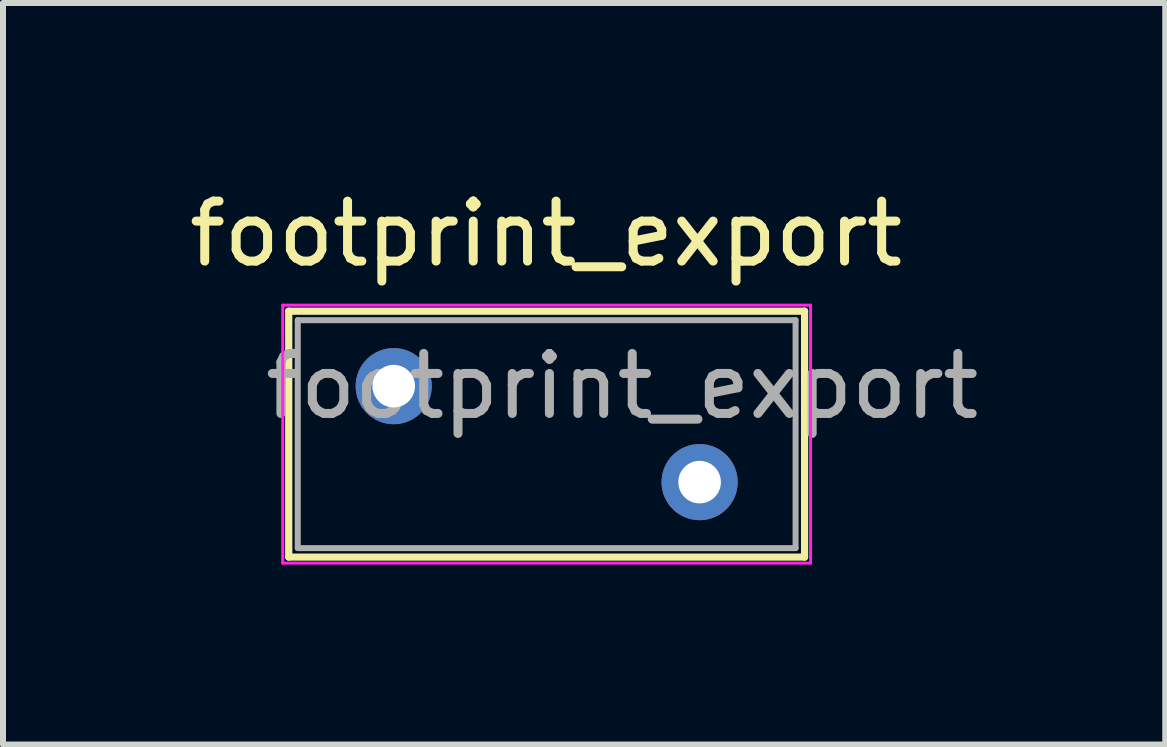
<source format=kicad_pcb>
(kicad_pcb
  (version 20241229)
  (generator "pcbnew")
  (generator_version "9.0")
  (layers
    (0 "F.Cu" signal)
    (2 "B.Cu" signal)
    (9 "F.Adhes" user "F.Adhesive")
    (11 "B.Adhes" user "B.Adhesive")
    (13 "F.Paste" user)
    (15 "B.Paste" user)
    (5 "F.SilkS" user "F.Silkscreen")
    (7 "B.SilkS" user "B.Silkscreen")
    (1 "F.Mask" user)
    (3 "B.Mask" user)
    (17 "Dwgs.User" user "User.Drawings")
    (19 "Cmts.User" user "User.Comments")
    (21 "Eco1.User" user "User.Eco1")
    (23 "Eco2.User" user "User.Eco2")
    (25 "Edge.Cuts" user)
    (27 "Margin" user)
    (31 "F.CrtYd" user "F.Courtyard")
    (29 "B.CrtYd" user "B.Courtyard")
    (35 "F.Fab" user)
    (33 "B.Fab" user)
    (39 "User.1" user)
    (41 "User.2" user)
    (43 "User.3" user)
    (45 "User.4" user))
  (footprint "footprint_export"
    (layer "F.Cu")
    (at 3.514 3.388)
    (property "Reference" "footprint_export" (at 2.54 -2.54 0) (layer "F.SilkS") (effects (font (size 1 1) (thickness 0.15))))
    (attr through_hole)
    (fp_line (start -1.75 -1.25) (end -1.75 2.85) (stroke (width 0.12) (type solid)) (layer "F.SilkS"))
    (fp_line (start -1.75 -1.25) (end 6.85 -1.25) (stroke (width 0.12) (type solid)) (layer "F.SilkS"))
    (fp_line (start -1.75 2.85) (end 6.85 2.85) (stroke (width 0.12) (type solid)) (layer "F.SilkS"))
    (fp_line (start 6.85 -1.25) (end 6.85 2.85) (stroke (width 0.12) (type solid)) (layer "F.SilkS"))
    (fp_line (start -1.85 -1.35) (end -1.85 2.95) (stroke (width 0.05) (type solid)) (layer "F.CrtYd"))
    (fp_line (start -1.85 -1.35) (end 6.95 -1.35) (stroke (width 0.05) (type solid)) (layer "F.CrtYd"))
    (fp_line (start -1.85 2.95) (end 6.95 2.95) (stroke (width 0.05) (type solid)) (layer "F.CrtYd"))
    (fp_line (start 6.95 -1.35) (end 6.95 2.95) (stroke (width 0.05) (type solid)) (layer "F.CrtYd"))
    (fp_line (start -1.6 -1.1) (end -1.6 2.7) (stroke (width 0.1) (type solid)) (layer "F.Fab"))
    (fp_line (start -1.6 -1.1) (end 6.7 -1.1) (stroke (width 0.1) (type solid)) (layer "F.Fab"))
    (fp_line (start -1.6 2.7) (end 6.7 2.7) (stroke (width 0.1) (type solid)) (layer "F.Fab"))
    (fp_line (start 6.7 -1.1) (end 6.7 2.7) (stroke (width 0.1) (type solid)) (layer "F.Fab"))
    (fp_text user "${REFERENCE}" (at 3.81 0 0) (layer "F.Fab") (effects (font (size 1 1) (thickness 0.15))))
    (pad "1" thru_hole circle (at 0 0) (size 1.27 1.27) (drill 0.71) (layers "*.Cu" "*.Mask"))
    (pad "2" thru_hole circle (at 5.1 1.6) (size 1.27 1.27) (drill 0.71) (layers "*.Cu" "*.Mask")))
  (gr_rect
    (start -3 -3)
    (end 16.377 9.363)
    (stroke (width 0.1) (type default))
    (fill no)
    (layer "Edge.Cuts")))
</source>
